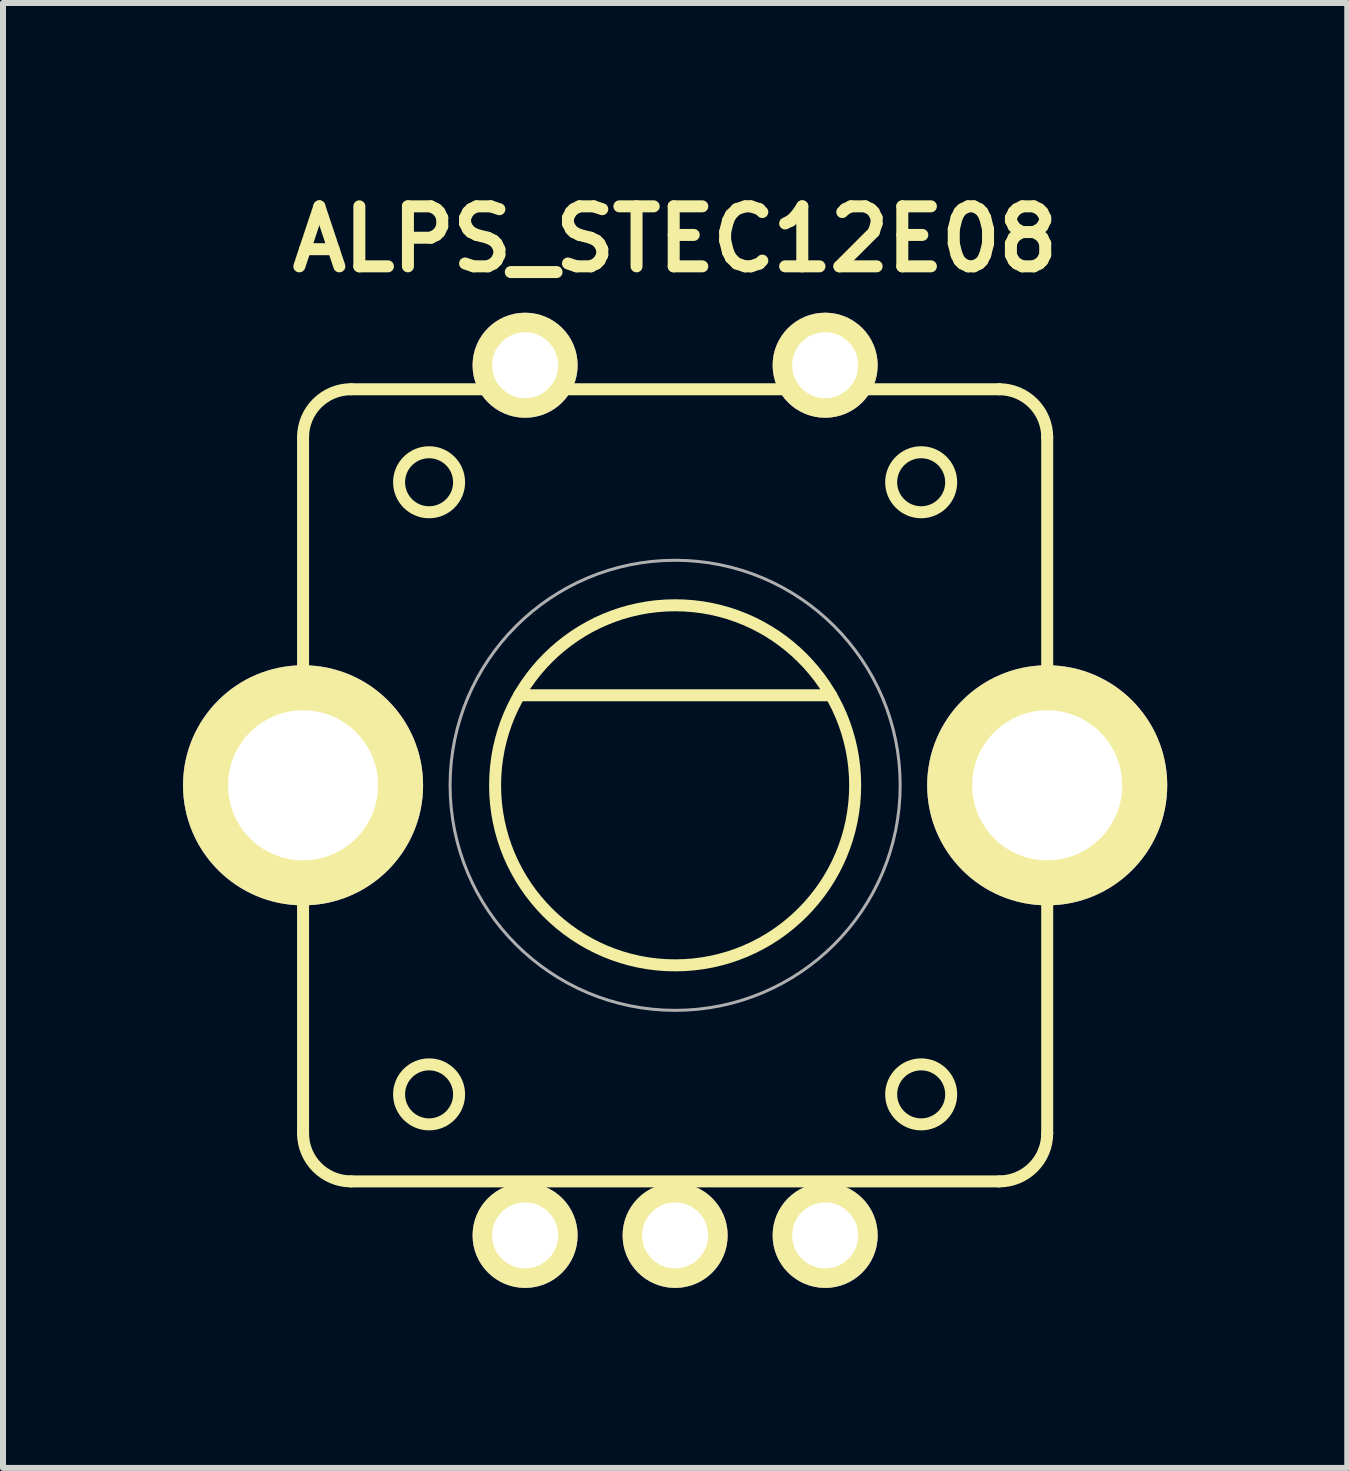
<source format=kicad_pcb>
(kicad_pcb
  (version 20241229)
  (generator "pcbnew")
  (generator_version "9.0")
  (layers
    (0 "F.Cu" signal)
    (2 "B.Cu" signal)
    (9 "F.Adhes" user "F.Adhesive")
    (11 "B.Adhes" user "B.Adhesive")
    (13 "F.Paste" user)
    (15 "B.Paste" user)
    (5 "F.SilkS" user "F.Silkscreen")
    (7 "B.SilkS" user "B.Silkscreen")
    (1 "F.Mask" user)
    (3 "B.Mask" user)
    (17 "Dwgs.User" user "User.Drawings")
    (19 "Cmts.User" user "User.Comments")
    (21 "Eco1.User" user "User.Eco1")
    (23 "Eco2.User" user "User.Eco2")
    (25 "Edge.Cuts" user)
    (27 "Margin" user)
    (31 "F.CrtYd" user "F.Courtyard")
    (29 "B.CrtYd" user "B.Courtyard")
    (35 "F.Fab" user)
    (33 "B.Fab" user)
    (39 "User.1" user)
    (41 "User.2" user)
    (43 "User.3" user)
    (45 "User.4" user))
  (footprint "ALPS_STEC12E08"
    (layer "F.Cu")
    (at 8.2 10.036)
    (property "Reference" "ALPS_STEC12E08" (at 0 -9.1 0) (layer "F.SilkS") (effects (font (size 1 1) (thickness 0.2))))
    (attr through_hole)
    (fp_line (start -6.2 5.8) (end -6.2 -5.8) (stroke (width 0.2) (type solid)) (layer "F.SilkS"))
    (fp_line (start -5.4 -6.6) (end 5.4 -6.6) (stroke (width 0.2) (type solid)) (layer "F.SilkS"))
    (fp_line (start -5.4 6.6) (end 5.4 6.6) (stroke (width 0.2) (type solid)) (layer "F.SilkS"))
    (fp_line (start -2.6 -1.5) (end 2.6 -1.5) (stroke (width 0.2) (type solid)) (layer "F.SilkS"))
    (fp_line (start 6.2 -5.8) (end 6.2 5.8) (stroke (width 0.2) (type solid)) (layer "F.SilkS"))
    (fp_arc (start -6.2 -5.8) (mid -5.965685 -6.365685) (end -5.4 -6.6) (stroke (width 0.2) (type solid)) (layer "F.SilkS"))
    (fp_arc (start -5.4 6.6) (mid -5.965685 6.365685) (end -6.2 5.8) (stroke (width 0.2) (type solid)) (layer "F.SilkS"))
    (fp_arc (start 5.4 -6.6) (mid 5.965685 -6.365685) (end 6.2 -5.8) (stroke (width 0.2) (type solid)) (layer "F.SilkS"))
    (fp_arc (start 6.2 5.8) (mid 5.965685 6.365685) (end 5.4 6.6) (stroke (width 0.2) (type solid)) (layer "F.SilkS"))
    (fp_circle (center -4.1 -5.05) (end -3.6 -5.05) (stroke (width 0.2) (type solid)) (fill no) (layer "F.SilkS"))
    (fp_circle (center -4.1 5.15) (end -3.6 5.15) (stroke (width 0.2) (type solid)) (fill no) (layer "F.SilkS"))
    (fp_circle (center 0 0) (end 3 0) (stroke (width 0.2) (type solid)) (fill no) (layer "F.SilkS"))
    (fp_circle (center 4.1 -5.05) (end 4.6 -5.05) (stroke (width 0.2) (type solid)) (fill no) (layer "F.SilkS"))
    (fp_circle (center 4.1 5.15) (end 4.6 5.15) (stroke (width 0.2) (type solid)) (fill no) (layer "F.SilkS"))
    (fp_circle (center 0 0) (end 3.75 0) (stroke (width 0.05) (type solid)) (fill no) (layer "F.Fab"))
    (pad "A" thru_hole circle (at -2.5 7.5) (size 1.75 1.75) (drill 1.1) (layers "*.Cu" "*.Mask" "F.SilkS"))
    (pad "B" thru_hole circle (at 2.5 7.5) (size 1.75 1.75) (drill 1.1) (layers "*.Cu" "*.Mask" "F.SilkS"))
    (pad "C" thru_hole circle (at 0 7.5) (size 1.75 1.75) (drill 1.1) (layers "*.Cu" "*.Mask" "F.SilkS"))
    (pad "SW1" thru_hole circle (at -2.5 -7) (size 1.75 1.75) (drill 1.1) (layers "*.Cu" "*.Mask" "F.SilkS"))
    (pad "SW2" thru_hole circle (at 2.5 -7) (size 1.75 1.75) (drill 1.1) (layers "*.Cu" "*.Mask" "F.SilkS"))
    (pad "body" thru_hole oval (at -6.2 0) (size 4 4) (drill 2.5) (layers "*.Cu" "*.Mask" "F.SilkS"))
    (pad "body" thru_hole oval (at 6.2 0) (size 4 4) (drill 2.5) (layers "*.Cu" "*.Mask" "F.SilkS")))
  (gr_rect
    (start -3 -3)
    (end 19.4 21.411)
    (stroke (width 0.1) (type default))
    (fill no)
    (layer "Edge.Cuts")))
</source>
